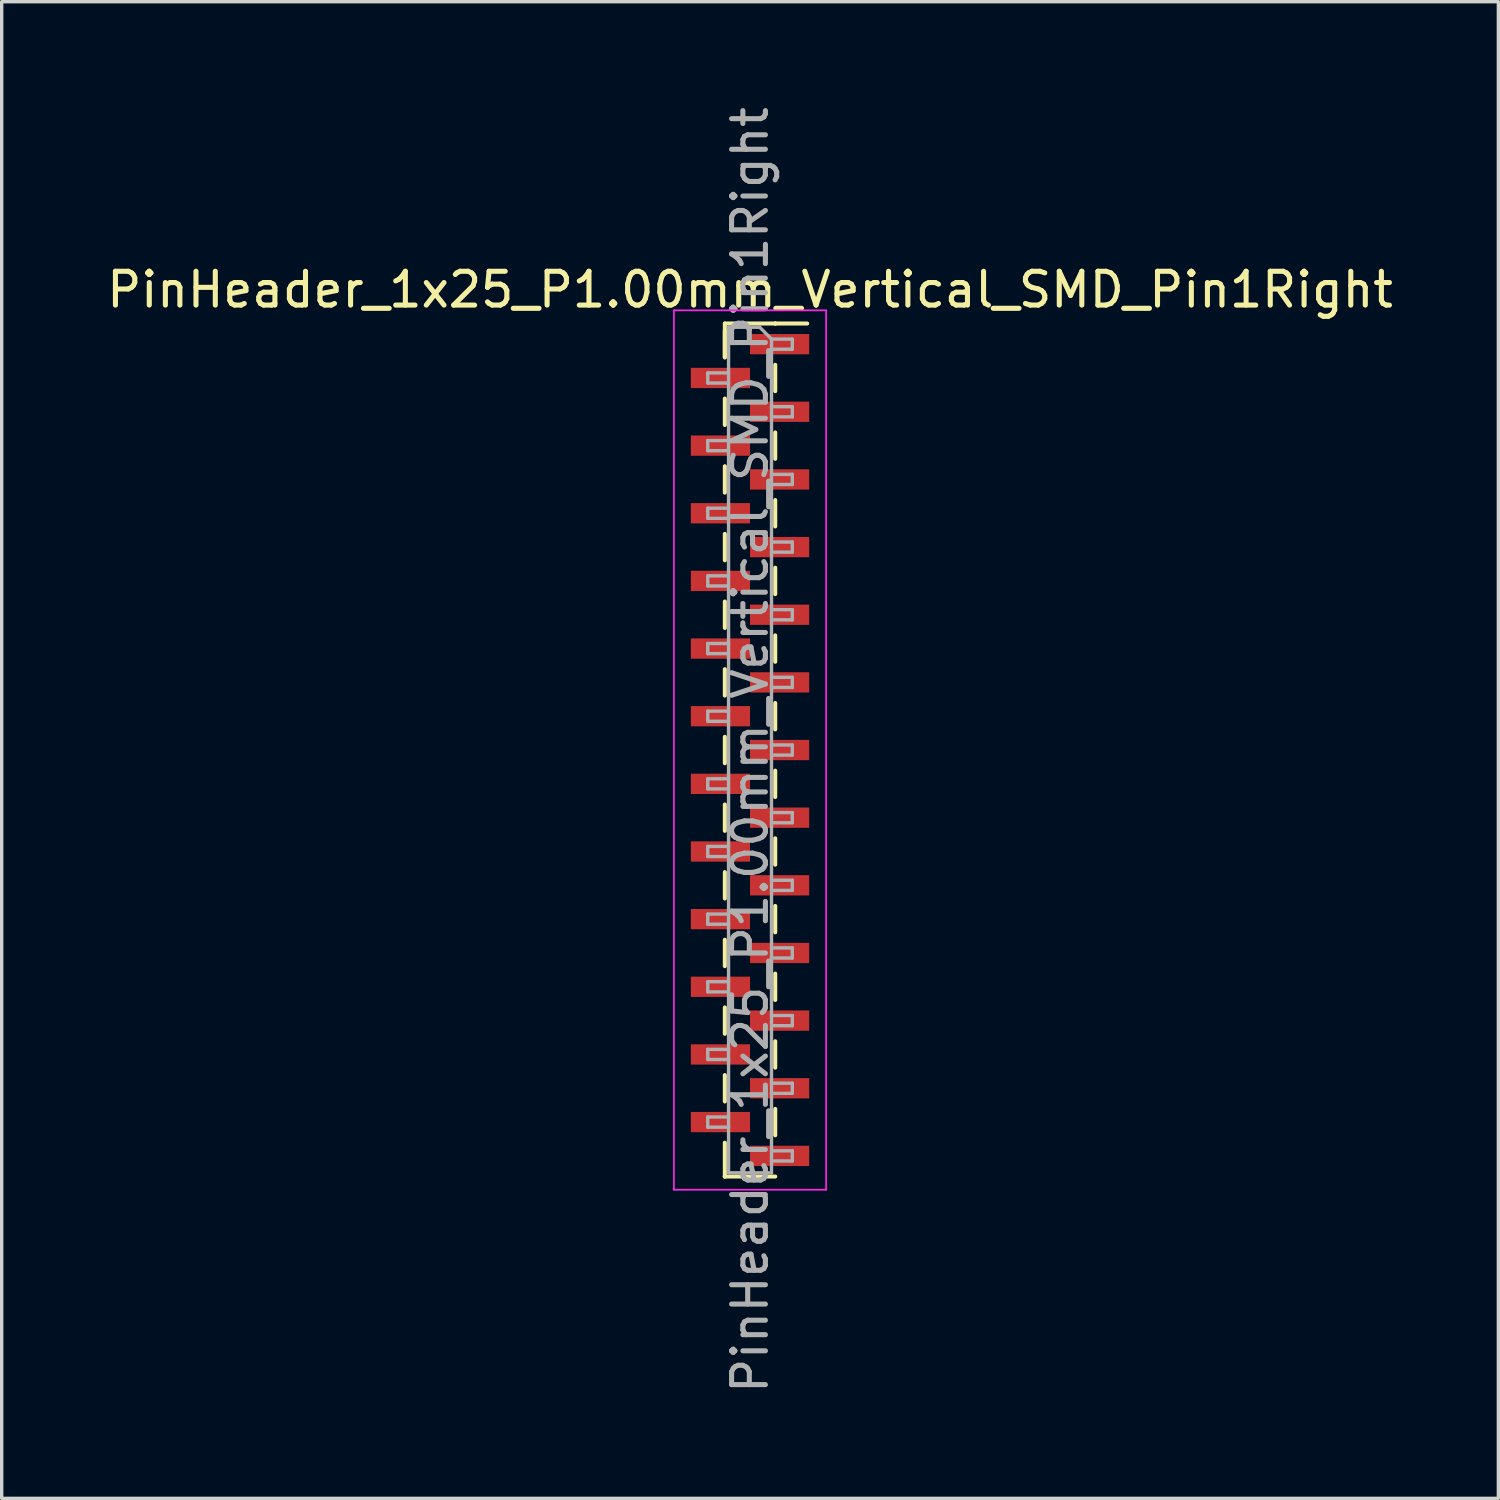
<source format=kicad_pcb>
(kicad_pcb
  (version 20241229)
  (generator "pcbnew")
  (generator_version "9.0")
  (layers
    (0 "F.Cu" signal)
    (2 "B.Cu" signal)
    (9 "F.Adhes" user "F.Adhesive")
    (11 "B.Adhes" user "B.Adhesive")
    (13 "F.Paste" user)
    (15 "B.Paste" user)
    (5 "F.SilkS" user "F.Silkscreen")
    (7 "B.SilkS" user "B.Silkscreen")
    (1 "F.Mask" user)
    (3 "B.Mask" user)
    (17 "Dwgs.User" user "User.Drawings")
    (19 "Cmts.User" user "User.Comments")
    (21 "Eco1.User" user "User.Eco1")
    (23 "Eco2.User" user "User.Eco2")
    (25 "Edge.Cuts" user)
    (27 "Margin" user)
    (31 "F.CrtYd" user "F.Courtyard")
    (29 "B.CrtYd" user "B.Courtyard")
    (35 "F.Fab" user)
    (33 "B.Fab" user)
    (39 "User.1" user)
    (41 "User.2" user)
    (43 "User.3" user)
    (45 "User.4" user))
  (footprint "PinHeader_1x25_P1.00mm_Vertical_SMD_Pin1Right"
    (layer "F.Cu")
    (at 19.125 19.125)
    (property "Reference" "PinHeader_1x25_P1.00mm_Vertical_SMD_Pin1Right" (at 0 -13.61 0) (layer "F.SilkS") (effects (font (size 1 1) (thickness 0.15))))
    (attr smd)
    (fp_line (start -0.745 -12.61) (end -0.745 -11.61) (stroke (width 0.12) (type solid)) (layer "F.SilkS"))
    (fp_line (start -0.745 -12.61) (end 0.745 -12.61) (stroke (width 0.12) (type solid)) (layer "F.SilkS"))
    (fp_line (start -0.745 -12.39) (end -0.745 -11.61) (stroke (width 0.12) (type solid)) (layer "F.SilkS"))
    (fp_line (start -0.745 -10.39) (end -0.745 -9.61) (stroke (width 0.12) (type solid)) (layer "F.SilkS"))
    (fp_line (start -0.745 -8.39) (end -0.745 -7.61) (stroke (width 0.12) (type solid)) (layer "F.SilkS"))
    (fp_line (start -0.745 -6.39) (end -0.745 -5.61) (stroke (width 0.12) (type solid)) (layer "F.SilkS"))
    (fp_line (start -0.745 -4.39) (end -0.745 -3.61) (stroke (width 0.12) (type solid)) (layer "F.SilkS"))
    (fp_line (start -0.745 -2.39) (end -0.745 -1.61) (stroke (width 0.12) (type solid)) (layer "F.SilkS"))
    (fp_line (start -0.745 -0.39) (end -0.745 0.39) (stroke (width 0.12) (type solid)) (layer "F.SilkS"))
    (fp_line (start -0.745 1.61) (end -0.745 2.39) (stroke (width 0.12) (type solid)) (layer "F.SilkS"))
    (fp_line (start -0.745 3.61) (end -0.745 4.39) (stroke (width 0.12) (type solid)) (layer "F.SilkS"))
    (fp_line (start -0.745 5.61) (end -0.745 6.39) (stroke (width 0.12) (type solid)) (layer "F.SilkS"))
    (fp_line (start -0.745 7.61) (end -0.745 8.39) (stroke (width 0.12) (type solid)) (layer "F.SilkS"))
    (fp_line (start -0.745 9.61) (end -0.745 10.39) (stroke (width 0.12) (type solid)) (layer "F.SilkS"))
    (fp_line (start -0.745 11.61) (end -0.745 12.61) (stroke (width 0.12) (type solid)) (layer "F.SilkS"))
    (fp_line (start -0.745 12.61) (end -0.745 12.61) (stroke (width 0.12) (type solid)) (layer "F.SilkS"))
    (fp_line (start -0.745 12.61) (end 0.745 12.61) (stroke (width 0.12) (type solid)) (layer "F.SilkS"))
    (fp_line (start 0.745 -12.61) (end 0.745 -12.61) (stroke (width 0.12) (type solid)) (layer "F.SilkS"))
    (fp_line (start 0.745 -12.61) (end 1.69 -12.61) (stroke (width 0.12) (type solid)) (layer "F.SilkS"))
    (fp_line (start 0.745 -11.39) (end 0.745 -10.61) (stroke (width 0.12) (type solid)) (layer "F.SilkS"))
    (fp_line (start 0.745 -9.39) (end 0.745 -8.61) (stroke (width 0.12) (type solid)) (layer "F.SilkS"))
    (fp_line (start 0.745 -7.39) (end 0.745 -6.61) (stroke (width 0.12) (type solid)) (layer "F.SilkS"))
    (fp_line (start 0.745 -5.39) (end 0.745 -4.61) (stroke (width 0.12) (type solid)) (layer "F.SilkS"))
    (fp_line (start 0.745 -3.39) (end 0.745 -2.61) (stroke (width 0.12) (type solid)) (layer "F.SilkS"))
    (fp_line (start 0.745 -1.39) (end 0.745 -0.61) (stroke (width 0.12) (type solid)) (layer "F.SilkS"))
    (fp_line (start 0.745 0.61) (end 0.745 1.39) (stroke (width 0.12) (type solid)) (layer "F.SilkS"))
    (fp_line (start 0.745 2.61) (end 0.745 3.39) (stroke (width 0.12) (type solid)) (layer "F.SilkS"))
    (fp_line (start 0.745 4.61) (end 0.745 5.39) (stroke (width 0.12) (type solid)) (layer "F.SilkS"))
    (fp_line (start 0.745 6.61) (end 0.745 7.39) (stroke (width 0.12) (type solid)) (layer "F.SilkS"))
    (fp_line (start 0.745 8.61) (end 0.745 9.39) (stroke (width 0.12) (type solid)) (layer "F.SilkS"))
    (fp_line (start 0.745 10.61) (end 0.745 11.39) (stroke (width 0.12) (type solid)) (layer "F.SilkS"))
    (fp_line (start -2.25 -13) (end -2.25 13) (stroke (width 0.05) (type solid)) (layer "F.CrtYd"))
    (fp_line (start -2.25 13) (end 2.25 13) (stroke (width 0.05) (type solid)) (layer "F.CrtYd"))
    (fp_line (start 2.25 -13) (end -2.25 -13) (stroke (width 0.05) (type solid)) (layer "F.CrtYd"))
    (fp_line (start 2.25 13) (end 2.25 -13) (stroke (width 0.05) (type solid)) (layer "F.CrtYd"))
    (fp_line (start -1.25 -11.15) (end -1.25 -10.85) (stroke (width 0.1) (type solid)) (layer "F.Fab"))
    (fp_line (start -1.25 -10.85) (end -0.635 -10.85) (stroke (width 0.1) (type solid)) (layer "F.Fab"))
    (fp_line (start -1.25 -9.15) (end -1.25 -8.85) (stroke (width 0.1) (type solid)) (layer "F.Fab"))
    (fp_line (start -1.25 -8.85) (end -0.635 -8.85) (stroke (width 0.1) (type solid)) (layer "F.Fab"))
    (fp_line (start -1.25 -7.15) (end -1.25 -6.85) (stroke (width 0.1) (type solid)) (layer "F.Fab"))
    (fp_line (start -1.25 -6.85) (end -0.635 -6.85) (stroke (width 0.1) (type solid)) (layer "F.Fab"))
    (fp_line (start -1.25 -5.15) (end -1.25 -4.85) (stroke (width 0.1) (type solid)) (layer "F.Fab"))
    (fp_line (start -1.25 -4.85) (end -0.635 -4.85) (stroke (width 0.1) (type solid)) (layer "F.Fab"))
    (fp_line (start -1.25 -3.15) (end -1.25 -2.85) (stroke (width 0.1) (type solid)) (layer "F.Fab"))
    (fp_line (start -1.25 -2.85) (end -0.635 -2.85) (stroke (width 0.1) (type solid)) (layer "F.Fab"))
    (fp_line (start -1.25 -1.15) (end -1.25 -0.85) (stroke (width 0.1) (type solid)) (layer "F.Fab"))
    (fp_line (start -1.25 -0.85) (end -0.635 -0.85) (stroke (width 0.1) (type solid)) (layer "F.Fab"))
    (fp_line (start -1.25 0.85) (end -1.25 1.15) (stroke (width 0.1) (type solid)) (layer "F.Fab"))
    (fp_line (start -1.25 1.15) (end -0.635 1.15) (stroke (width 0.1) (type solid)) (layer "F.Fab"))
    (fp_line (start -1.25 2.85) (end -1.25 3.15) (stroke (width 0.1) (type solid)) (layer "F.Fab"))
    (fp_line (start -1.25 3.15) (end -0.635 3.15) (stroke (width 0.1) (type solid)) (layer "F.Fab"))
    (fp_line (start -1.25 4.85) (end -1.25 5.15) (stroke (width 0.1) (type solid)) (layer "F.Fab"))
    (fp_line (start -1.25 5.15) (end -0.635 5.15) (stroke (width 0.1) (type solid)) (layer "F.Fab"))
    (fp_line (start -1.25 6.85) (end -1.25 7.15) (stroke (width 0.1) (type solid)) (layer "F.Fab"))
    (fp_line (start -1.25 7.15) (end -0.635 7.15) (stroke (width 0.1) (type solid)) (layer "F.Fab"))
    (fp_line (start -1.25 8.85) (end -1.25 9.15) (stroke (width 0.1) (type solid)) (layer "F.Fab"))
    (fp_line (start -1.25 9.15) (end -0.635 9.15) (stroke (width 0.1) (type solid)) (layer "F.Fab"))
    (fp_line (start -1.25 10.85) (end -1.25 11.15) (stroke (width 0.1) (type solid)) (layer "F.Fab"))
    (fp_line (start -1.25 11.15) (end -0.635 11.15) (stroke (width 0.1) (type solid)) (layer "F.Fab"))
    (fp_line (start -0.635 -12.5) (end -0.635 12.5) (stroke (width 0.1) (type solid)) (layer "F.Fab"))
    (fp_line (start -0.635 -12.5) (end 0.285 -12.5) (stroke (width 0.1) (type solid)) (layer "F.Fab"))
    (fp_line (start -0.635 -11.15) (end -1.25 -11.15) (stroke (width 0.1) (type solid)) (layer "F.Fab"))
    (fp_line (start -0.635 -9.15) (end -1.25 -9.15) (stroke (width 0.1) (type solid)) (layer "F.Fab"))
    (fp_line (start -0.635 -7.15) (end -1.25 -7.15) (stroke (width 0.1) (type solid)) (layer "F.Fab"))
    (fp_line (start -0.635 -5.15) (end -1.25 -5.15) (stroke (width 0.1) (type solid)) (layer "F.Fab"))
    (fp_line (start -0.635 -3.15) (end -1.25 -3.15) (stroke (width 0.1) (type solid)) (layer "F.Fab"))
    (fp_line (start -0.635 -1.15) (end -1.25 -1.15) (stroke (width 0.1) (type solid)) (layer "F.Fab"))
    (fp_line (start -0.635 0.85) (end -1.25 0.85) (stroke (width 0.1) (type solid)) (layer "F.Fab"))
    (fp_line (start -0.635 2.85) (end -1.25 2.85) (stroke (width 0.1) (type solid)) (layer "F.Fab"))
    (fp_line (start -0.635 4.85) (end -1.25 4.85) (stroke (width 0.1) (type solid)) (layer "F.Fab"))
    (fp_line (start -0.635 6.85) (end -1.25 6.85) (stroke (width 0.1) (type solid)) (layer "F.Fab"))
    (fp_line (start -0.635 8.85) (end -1.25 8.85) (stroke (width 0.1) (type solid)) (layer "F.Fab"))
    (fp_line (start -0.635 10.85) (end -1.25 10.85) (stroke (width 0.1) (type solid)) (layer "F.Fab"))
    (fp_line (start 0.635 -12.15) (end 0.285 -12.5) (stroke (width 0.1) (type solid)) (layer "F.Fab"))
    (fp_line (start 0.635 -12.15) (end 1.25 -12.15) (stroke (width 0.1) (type solid)) (layer "F.Fab"))
    (fp_line (start 0.635 -10.15) (end 1.25 -10.15) (stroke (width 0.1) (type solid)) (layer "F.Fab"))
    (fp_line (start 0.635 -8.15) (end 1.25 -8.15) (stroke (width 0.1) (type solid)) (layer "F.Fab"))
    (fp_line (start 0.635 -6.15) (end 1.25 -6.15) (stroke (width 0.1) (type solid)) (layer "F.Fab"))
    (fp_line (start 0.635 -4.15) (end 1.25 -4.15) (stroke (width 0.1) (type solid)) (layer "F.Fab"))
    (fp_line (start 0.635 -2.15) (end 1.25 -2.15) (stroke (width 0.1) (type solid)) (layer "F.Fab"))
    (fp_line (start 0.635 -0.15) (end 1.25 -0.15) (stroke (width 0.1) (type solid)) (layer "F.Fab"))
    (fp_line (start 0.635 1.85) (end 1.25 1.85) (stroke (width 0.1) (type solid)) (layer "F.Fab"))
    (fp_line (start 0.635 3.85) (end 1.25 3.85) (stroke (width 0.1) (type solid)) (layer "F.Fab"))
    (fp_line (start 0.635 5.85) (end 1.25 5.85) (stroke (width 0.1) (type solid)) (layer "F.Fab"))
    (fp_line (start 0.635 7.85) (end 1.25 7.85) (stroke (width 0.1) (type solid)) (layer "F.Fab"))
    (fp_line (start 0.635 9.85) (end 1.25 9.85) (stroke (width 0.1) (type solid)) (layer "F.Fab"))
    (fp_line (start 0.635 11.85) (end 1.25 11.85) (stroke (width 0.1) (type solid)) (layer "F.Fab"))
    (fp_line (start 0.635 12.5) (end -0.635 12.5) (stroke (width 0.1) (type solid)) (layer "F.Fab"))
    (fp_line (start 0.635 12.5) (end 0.635 -12.15) (stroke (width 0.1) (type solid)) (layer "F.Fab"))
    (fp_line (start 1.25 -12.15) (end 1.25 -11.85) (stroke (width 0.1) (type solid)) (layer "F.Fab"))
    (fp_line (start 1.25 -11.85) (end 0.635 -11.85) (stroke (width 0.1) (type solid)) (layer "F.Fab"))
    (fp_line (start 1.25 -10.15) (end 1.25 -9.85) (stroke (width 0.1) (type solid)) (layer "F.Fab"))
    (fp_line (start 1.25 -9.85) (end 0.635 -9.85) (stroke (width 0.1) (type solid)) (layer "F.Fab"))
    (fp_line (start 1.25 -8.15) (end 1.25 -7.85) (stroke (width 0.1) (type solid)) (layer "F.Fab"))
    (fp_line (start 1.25 -7.85) (end 0.635 -7.85) (stroke (width 0.1) (type solid)) (layer "F.Fab"))
    (fp_line (start 1.25 -6.15) (end 1.25 -5.85) (stroke (width 0.1) (type solid)) (layer "F.Fab"))
    (fp_line (start 1.25 -5.85) (end 0.635 -5.85) (stroke (width 0.1) (type solid)) (layer "F.Fab"))
    (fp_line (start 1.25 -4.15) (end 1.25 -3.85) (stroke (width 0.1) (type solid)) (layer "F.Fab"))
    (fp_line (start 1.25 -3.85) (end 0.635 -3.85) (stroke (width 0.1) (type solid)) (layer "F.Fab"))
    (fp_line (start 1.25 -2.15) (end 1.25 -1.85) (stroke (width 0.1) (type solid)) (layer "F.Fab"))
    (fp_line (start 1.25 -1.85) (end 0.635 -1.85) (stroke (width 0.1) (type solid)) (layer "F.Fab"))
    (fp_line (start 1.25 -0.15) (end 1.25 0.15) (stroke (width 0.1) (type solid)) (layer "F.Fab"))
    (fp_line (start 1.25 0.15) (end 0.635 0.15) (stroke (width 0.1) (type solid)) (layer "F.Fab"))
    (fp_line (start 1.25 1.85) (end 1.25 2.15) (stroke (width 0.1) (type solid)) (layer "F.Fab"))
    (fp_line (start 1.25 2.15) (end 0.635 2.15) (stroke (width 0.1) (type solid)) (layer "F.Fab"))
    (fp_line (start 1.25 3.85) (end 1.25 4.15) (stroke (width 0.1) (type solid)) (layer "F.Fab"))
    (fp_line (start 1.25 4.15) (end 0.635 4.15) (stroke (width 0.1) (type solid)) (layer "F.Fab"))
    (fp_line (start 1.25 5.85) (end 1.25 6.15) (stroke (width 0.1) (type solid)) (layer "F.Fab"))
    (fp_line (start 1.25 6.15) (end 0.635 6.15) (stroke (width 0.1) (type solid)) (layer "F.Fab"))
    (fp_line (start 1.25 7.85) (end 1.25 8.15) (stroke (width 0.1) (type solid)) (layer "F.Fab"))
    (fp_line (start 1.25 8.15) (end 0.635 8.15) (stroke (width 0.1) (type solid)) (layer "F.Fab"))
    (fp_line (start 1.25 9.85) (end 1.25 10.15) (stroke (width 0.1) (type solid)) (layer "F.Fab"))
    (fp_line (start 1.25 10.15) (end 0.635 10.15) (stroke (width 0.1) (type solid)) (layer "F.Fab"))
    (fp_line (start 1.25 11.85) (end 1.25 12.15) (stroke (width 0.1) (type solid)) (layer "F.Fab"))
    (fp_line (start 1.25 12.15) (end 0.635 12.15) (stroke (width 0.1) (type solid)) (layer "F.Fab"))
    (fp_text user "${REFERENCE}" (at 0 0 90) (layer "F.Fab") (effects (font (size 1 1) (thickness 0.15))))
    (pad "1" smd rect (at 0.875 -12) (size 1.75 0.6) (layers "F.Cu" "F.Mask" "F.Paste"))
    (pad "2" smd rect (at -0.875 -11) (size 1.75 0.6) (layers "F.Cu" "F.Mask" "F.Paste"))
    (pad "3" smd rect (at 0.875 -10) (size 1.75 0.6) (layers "F.Cu" "F.Mask" "F.Paste"))
    (pad "4" smd rect (at -0.875 -9) (size 1.75 0.6) (layers "F.Cu" "F.Mask" "F.Paste"))
    (pad "5" smd rect (at 0.875 -8) (size 1.75 0.6) (layers "F.Cu" "F.Mask" "F.Paste"))
    (pad "6" smd rect (at -0.875 -7) (size 1.75 0.6) (layers "F.Cu" "F.Mask" "F.Paste"))
    (pad "7" smd rect (at 0.875 -6) (size 1.75 0.6) (layers "F.Cu" "F.Mask" "F.Paste"))
    (pad "8" smd rect (at -0.875 -5) (size 1.75 0.6) (layers "F.Cu" "F.Mask" "F.Paste"))
    (pad "9" smd rect (at 0.875 -4) (size 1.75 0.6) (layers "F.Cu" "F.Mask" "F.Paste"))
    (pad "10" smd rect (at -0.875 -3) (size 1.75 0.6) (layers "F.Cu" "F.Mask" "F.Paste"))
    (pad "11" smd rect (at 0.875 -2) (size 1.75 0.6) (layers "F.Cu" "F.Mask" "F.Paste"))
    (pad "12" smd rect (at -0.875 -1) (size 1.75 0.6) (layers "F.Cu" "F.Mask" "F.Paste"))
    (pad "13" smd rect (at 0.875 0) (size 1.75 0.6) (layers "F.Cu" "F.Mask" "F.Paste"))
    (pad "14" smd rect (at -0.875 1) (size 1.75 0.6) (layers "F.Cu" "F.Mask" "F.Paste"))
    (pad "15" smd rect (at 0.875 2) (size 1.75 0.6) (layers "F.Cu" "F.Mask" "F.Paste"))
    (pad "16" smd rect (at -0.875 3) (size 1.75 0.6) (layers "F.Cu" "F.Mask" "F.Paste"))
    (pad "17" smd rect (at 0.875 4) (size 1.75 0.6) (layers "F.Cu" "F.Mask" "F.Paste"))
    (pad "18" smd rect (at -0.875 5) (size 1.75 0.6) (layers "F.Cu" "F.Mask" "F.Paste"))
    (pad "19" smd rect (at 0.875 6) (size 1.75 0.6) (layers "F.Cu" "F.Mask" "F.Paste"))
    (pad "20" smd rect (at -0.875 7) (size 1.75 0.6) (layers "F.Cu" "F.Mask" "F.Paste"))
    (pad "21" smd rect (at 0.875 8) (size 1.75 0.6) (layers "F.Cu" "F.Mask" "F.Paste"))
    (pad "22" smd rect (at -0.875 9) (size 1.75 0.6) (layers "F.Cu" "F.Mask" "F.Paste"))
    (pad "23" smd rect (at 0.875 10) (size 1.75 0.6) (layers "F.Cu" "F.Mask" "F.Paste"))
    (pad "24" smd rect (at -0.875 11) (size 1.75 0.6) (layers "F.Cu" "F.Mask" "F.Paste"))
    (pad "25" smd rect (at 0.875 12) (size 1.75 0.6) (layers "F.Cu" "F.Mask" "F.Paste")))
  (gr_rect
    (start -3 -3)
    (end 41.25 41.25)
    (stroke (width 0.1) (type default))
    (fill no)
    (layer "Edge.Cuts")))
</source>
